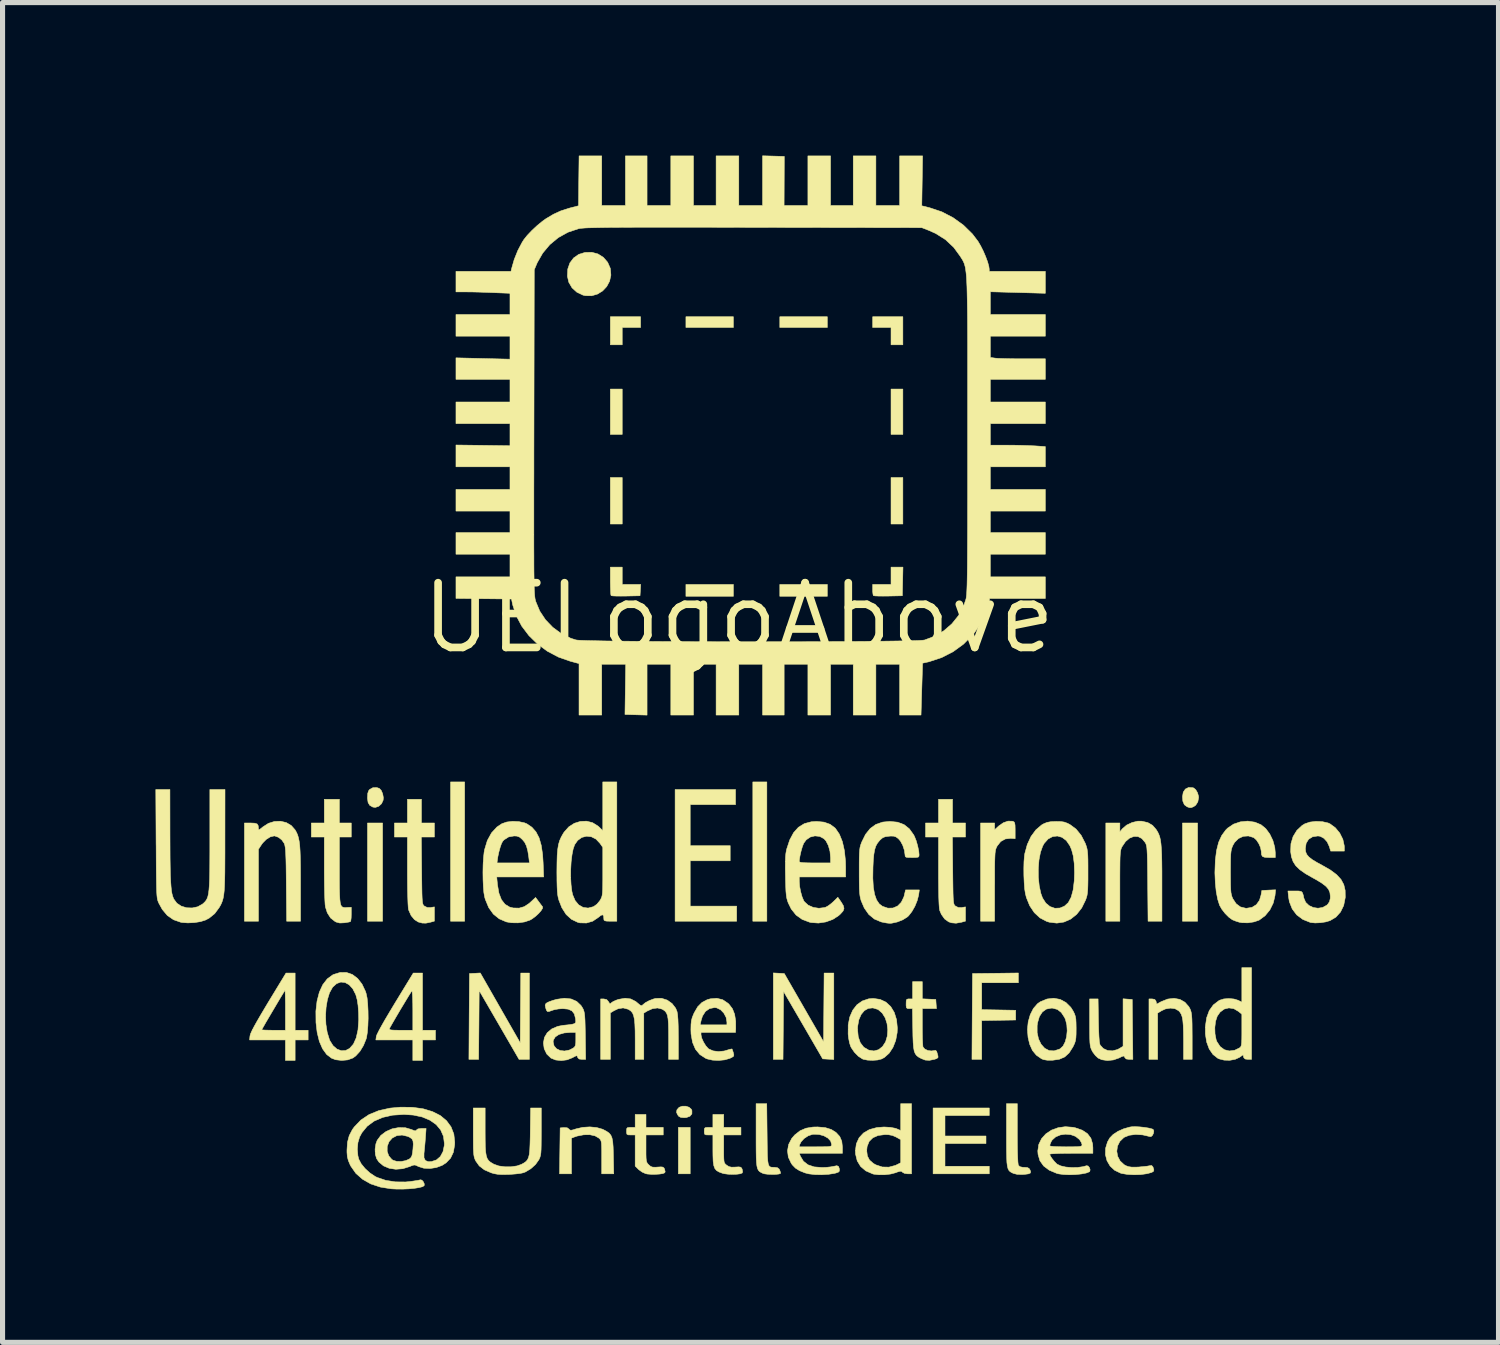
<source format=kicad_pcb>
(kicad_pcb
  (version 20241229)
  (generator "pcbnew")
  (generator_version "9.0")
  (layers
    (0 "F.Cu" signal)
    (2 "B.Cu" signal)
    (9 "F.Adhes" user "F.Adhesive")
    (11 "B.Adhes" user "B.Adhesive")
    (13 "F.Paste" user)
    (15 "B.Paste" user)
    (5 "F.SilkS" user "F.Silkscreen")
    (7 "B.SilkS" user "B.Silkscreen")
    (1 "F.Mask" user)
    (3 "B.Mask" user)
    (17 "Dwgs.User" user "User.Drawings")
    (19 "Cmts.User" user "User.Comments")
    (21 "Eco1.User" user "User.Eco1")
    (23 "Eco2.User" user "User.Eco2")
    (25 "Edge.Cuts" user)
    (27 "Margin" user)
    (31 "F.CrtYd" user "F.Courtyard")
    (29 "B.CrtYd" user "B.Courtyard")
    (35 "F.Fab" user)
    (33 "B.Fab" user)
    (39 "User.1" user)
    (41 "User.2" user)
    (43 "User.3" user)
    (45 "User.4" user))
  (footprint "UELogoAbove"
    (layer "F.Cu")
    (at 11.437 9.066)
    (property "Reference" "UELogoAbove" (at 0 0 0) (layer "F.SilkS") (effects (font (size 1.27 1.27) (thickness 0.15))))
    (attr through_hole)
    (fp_poly (pts (xy -6.985 5.948) (xy -7.281 5.948) (xy -7.281 4.022) (xy -6.985 4.022) (xy -6.985 5.948)) (stroke (width 0.01) (type solid)) (fill yes) (layer "F.SilkS"))
    (fp_poly (pts (xy -5.376 5.948) (xy -5.652 5.948) (xy -5.652 3.217) (xy -5.376 3.217) (xy -5.376 5.948)) (stroke (width 0.01) (type solid)) (fill yes) (layer "F.SilkS"))
    (fp_poly (pts (xy -2.286 -3.598) (xy -2.519 -3.598) (xy -2.519 -4.487) (xy -2.286 -4.487) (xy -2.286 -3.598)) (stroke (width 0.01) (type solid)) (fill yes) (layer "F.SilkS"))
    (fp_poly (pts (xy -2.286 -1.841) (xy -2.519 -1.841) (xy -2.519 -2.752) (xy -2.286 -2.752) (xy -2.286 -1.841)) (stroke (width 0.01) (type solid)) (fill yes) (layer "F.SilkS"))
    (fp_poly (pts (xy -0.953 10.901) (xy -1.185 10.901) (xy -1.185 9.991) (xy -0.953 9.991) (xy -0.953 10.901)) (stroke (width 0.01) (type solid)) (fill yes) (layer "F.SilkS"))
    (fp_poly (pts (xy -0.106 -5.694) (xy -1.037 -5.694) (xy -1.037 -5.905) (xy -0.106 -5.905) (xy -0.106 -5.694)) (stroke (width 0.01) (type solid)) (fill yes) (layer "F.SilkS"))
    (fp_poly (pts (xy -0.106 -0.423) (xy -1.037 -0.423) (xy -1.037 -0.656) (xy -0.106 -0.656) (xy -0.106 -0.423)) (stroke (width 0.01) (type solid)) (fill yes) (layer "F.SilkS"))
    (fp_poly (pts (xy 0.55 5.948) (xy 0.275 5.948) (xy 0.275 3.217) (xy 0.55 3.217) (xy 0.55 5.948)) (stroke (width 0.01) (type solid)) (fill yes) (layer "F.SilkS"))
    (fp_poly (pts (xy 1.736 -5.694) (xy 0.804 -5.694) (xy 0.804 -5.905) (xy 1.736 -5.905) (xy 1.736 -5.694)) (stroke (width 0.01) (type solid)) (fill yes) (layer "F.SilkS"))
    (fp_poly (pts (xy 1.736 -0.423) (xy 0.804 -0.423) (xy 0.804 -0.656) (xy 1.736 -0.656) (xy 1.736 -0.423)) (stroke (width 0.01) (type solid)) (fill yes) (layer "F.SilkS"))
    (fp_poly (pts (xy 3.217 -3.598) (xy 2.985 -3.598) (xy 2.985 -4.487) (xy 3.217 -4.487) (xy 3.217 -3.598)) (stroke (width 0.01) (type solid)) (fill yes) (layer "F.SilkS"))
    (fp_poly (pts (xy 3.217 -1.841) (xy 2.985 -1.841) (xy 2.985 -2.752) (xy 3.217 -2.752) (xy 3.217 -1.841)) (stroke (width 0.01) (type solid)) (fill yes) (layer "F.SilkS"))
    (fp_poly (pts (xy 8.996 5.948) (xy 8.7 5.948) (xy 8.7 4.022) (xy 8.996 4.022) (xy 8.996 5.948)) (stroke (width 0.01) (type solid)) (fill yes) (layer "F.SilkS"))
    (fp_poly (pts (xy -1.926 -5.694) (xy -2.286 -5.694) (xy -2.286 -5.355) (xy -2.519 -5.355) (xy -2.519 -5.905) (xy -1.926 -5.905) (xy -1.926 -5.694)) (stroke (width 0.01) (type solid)) (fill yes) (layer "F.SilkS"))
    (fp_poly (pts (xy 3.217 -5.355) (xy 2.985 -5.355) (xy 2.985 -5.694) (xy 2.625 -5.694) (xy 2.625 -5.905) (xy 3.217 -5.905) (xy 3.217 -5.355)) (stroke (width 0.01) (type solid)) (fill yes) (layer "F.SilkS"))
    (fp_poly (pts (xy -0.064 3.662) (xy -0.953 3.662) (xy -0.953 4.466) (xy -0.169 4.466) (xy -0.169 4.763) (xy -0.953 4.763) (xy -0.953 5.652) (xy -0.042 5.652) (xy -0.042 5.948) (xy -1.249 5.948) (xy -1.249 3.365) (xy -0.064 3.365) (xy -0.064 3.662)) (stroke (width 0.01) (type solid)) (fill yes) (layer "F.SilkS"))
    (fp_poly (pts (xy 4.911 9.758) (xy 4.043 9.758) (xy 4.043 10.16) (xy 4.847 10.16) (xy 4.847 10.308) (xy 4.043 10.308) (xy 4.043 10.753) (xy 4.911 10.753) (xy 4.911 10.901) (xy 3.81 10.901) (xy 3.81 9.61) (xy 4.911 9.61) (xy 4.911 9.758)) (stroke (width 0.01) (type solid)) (fill yes) (layer "F.SilkS"))
    (fp_poly (pts (xy 5.482 7.154) (xy 4.763 7.154) (xy 4.763 7.682) (xy 5.429 7.694) (xy 5.429 7.885) (xy 4.763 7.896) (xy 4.763 8.657) (xy 4.572 8.657) (xy 4.577 7.816) (xy 4.583 6.974) (xy 5.032 6.969) (xy 5.482 6.963) (xy 5.482 7.154)) (stroke (width 0.01) (type solid)) (fill yes) (layer "F.SilkS"))
    (fp_poly (pts (xy 0.785 6.968) (xy 0.892 6.974) (xy 1.277 7.643) (xy 1.662 8.312) (xy 1.673 6.964) (xy 1.863 6.964) (xy 1.863 8.659) (xy 1.754 8.653) (xy 1.645 8.647) (xy 1.262 7.986) (xy 0.878 7.326) (xy 0.867 8.657) (xy 0.677 8.657) (xy 0.677 6.962) (xy 0.785 6.968)) (stroke (width 0.01) (type solid)) (fill yes) (layer "F.SilkS"))
    (fp_poly (pts (xy 3.213 -0.714) (xy 3.207 -0.434) (xy 2.93 -0.428) (xy 2.826 -0.427) (xy 2.738 -0.428) (xy 2.673 -0.431) (xy 2.641 -0.436) (xy 2.639 -0.437) (xy 2.631 -0.465) (xy 2.625 -0.52) (xy 2.625 -0.554) (xy 2.625 -0.656) (xy 2.985 -0.656) (xy 2.985 -0.995) (xy 3.219 -0.995) (xy 3.213 -0.714)) (stroke (width 0.01) (type solid)) (fill yes) (layer "F.SilkS"))
    (fp_poly (pts (xy -4.678 7.648) (xy -4.286 8.333) (xy -4.281 7.648) (xy -4.275 6.964) (xy -4.106 6.964) (xy -4.106 8.657) (xy -4.309 8.657) (xy -4.7 7.982) (xy -5.091 7.308) (xy -5.096 7.982) (xy -5.102 8.657) (xy -5.292 8.657) (xy -5.287 7.816) (xy -5.281 6.974) (xy -5.175 6.969) (xy -5.069 6.963) (xy -4.678 7.648)) (stroke (width 0.01) (type solid)) (fill yes) (layer "F.SilkS"))
    (fp_poly (pts (xy -0.975 9.596) (xy -0.93 9.636) (xy -0.919 9.663) (xy -0.92 9.726) (xy -0.958 9.772) (xy -1.027 9.797) (xy -1.072 9.8) (xy -1.136 9.795) (xy -1.176 9.775) (xy -1.198 9.746) (xy -1.221 9.697) (xy -1.214 9.65) (xy -1.21 9.642) (xy -1.17 9.597) (xy -1.108 9.575) (xy -1.039 9.575) (xy -0.975 9.596)) (stroke (width 0.01) (type solid)) (fill yes) (layer "F.SilkS"))
    (fp_poly (pts (xy -2.286 -0.656) (xy -1.924 -0.656) (xy -1.93 -0.545) (xy -1.937 -0.434) (xy -2.213 -0.428) (xy -2.317 -0.427) (xy -2.406 -0.428) (xy -2.47 -0.431) (xy -2.502 -0.436) (xy -2.504 -0.437) (xy -2.51 -0.462) (xy -2.514 -0.522) (xy -2.517 -0.607) (xy -2.519 -0.708) (xy -2.519 -0.723) (xy -2.519 -0.995) (xy -2.286 -0.995) (xy -2.286 -0.656)) (stroke (width 0.01) (type solid)) (fill yes) (layer "F.SilkS"))
    (fp_poly (pts (xy -7.049 3.344) (xy -7.011 3.384) (xy -6.983 3.45) (xy -6.97 3.524) (xy -6.974 3.575) (xy -7.006 3.644) (xy -7.061 3.694) (xy -7.126 3.716) (xy -7.176 3.71) (xy -7.236 3.676) (xy -7.269 3.622) (xy -7.281 3.539) (xy -7.281 3.521) (xy -7.276 3.441) (xy -7.258 3.389) (xy -7.239 3.365) (xy -7.176 3.33) (xy -7.1 3.327) (xy -7.049 3.344)) (stroke (width 0.01) (type solid)) (fill yes) (layer "F.SilkS"))
    (fp_poly (pts (xy 8.901 3.33) (xy 8.921 3.336) (xy 8.96 3.369) (xy 8.994 3.427) (xy 9.014 3.494) (xy 9.017 3.522) (xy 9.001 3.607) (xy 8.959 3.673) (xy 8.918 3.702) (xy 8.872 3.72) (xy 8.837 3.72) (xy 8.791 3.704) (xy 8.737 3.664) (xy 8.707 3.594) (xy 8.7 3.508) (xy 8.715 3.418) (xy 8.757 3.356) (xy 8.821 3.325) (xy 8.901 3.33)) (stroke (width 0.01) (type solid)) (fill yes) (layer "F.SilkS"))
    (fp_poly (pts (xy -2.761 -7.136) (xy -2.655 -7.069) (xy -2.572 -6.973) (xy -2.521 -6.857) (xy -2.518 -6.846) (xy -2.508 -6.72) (xy -2.534 -6.602) (xy -2.59 -6.497) (xy -2.671 -6.411) (xy -2.772 -6.349) (xy -2.886 -6.316) (xy -3.007 -6.318) (xy -3.055 -6.329) (xy -3.175 -6.386) (xy -3.27 -6.472) (xy -3.334 -6.582) (xy -3.361 -6.701) (xy -3.354 -6.84) (xy -3.312 -6.961) (xy -3.239 -7.058) (xy -3.139 -7.128) (xy -3.016 -7.166) (xy -2.883 -7.169) (xy -2.761 -7.136)) (stroke (width 0.01) (type solid)) (fill yes) (layer "F.SilkS"))
    (fp_poly (pts (xy 5.364 3.987) (xy 5.374 3.989) (xy 5.397 4.001) (xy 5.41 4.023) (xy 5.417 4.066) (xy 5.419 4.14) (xy 5.419 4.166) (xy 5.419 4.329) (xy 5.329 4.323) (xy 5.225 4.335) (xy 5.136 4.385) (xy 5.067 4.472) (xy 5.06 4.486) (xy 5.048 4.511) (xy 5.038 4.538) (xy 5.031 4.573) (xy 5.025 4.619) (xy 5.022 4.682) (xy 5.019 4.767) (xy 5.017 4.878) (xy 5.017 5.02) (xy 5.017 5.199) (xy 5.016 5.259) (xy 5.016 5.948) (xy 4.741 5.948) (xy 4.741 4.022) (xy 5.016 4.022) (xy 5.016 4.154) (xy 5.1 4.078) (xy 5.188 4.017) (xy 5.28 3.985) (xy 5.364 3.987)) (stroke (width 0.01) (type solid)) (fill yes) (layer "F.SilkS"))
    (fp_poly (pts (xy 5.461 10.108) (xy 5.462 10.293) (xy 5.464 10.45) (xy 5.468 10.576) (xy 5.473 10.668) (xy 5.479 10.721) (xy 5.483 10.733) (xy 5.511 10.761) (xy 5.563 10.773) (xy 5.596 10.774) (xy 5.657 10.778) (xy 5.691 10.795) (xy 5.711 10.826) (xy 5.723 10.863) (xy 5.715 10.887) (xy 5.679 10.902) (xy 5.61 10.911) (xy 5.571 10.914) (xy 5.464 10.913) (xy 5.384 10.893) (xy 5.347 10.875) (xy 5.318 10.857) (xy 5.295 10.832) (xy 5.278 10.797) (xy 5.266 10.747) (xy 5.257 10.677) (xy 5.253 10.583) (xy 5.25 10.46) (xy 5.249 10.303) (xy 5.249 10.145) (xy 5.249 9.525) (xy 5.461 9.525) (xy 5.461 10.108)) (stroke (width 0.01) (type solid)) (fill yes) (layer "F.SilkS"))
    (fp_poly (pts (xy 0.555 10.129) (xy 0.557 10.311) (xy 0.559 10.455) (xy 0.562 10.565) (xy 0.568 10.647) (xy 0.577 10.704) (xy 0.59 10.74) (xy 0.608 10.761) (xy 0.633 10.771) (xy 0.665 10.773) (xy 0.7 10.774) (xy 0.757 10.781) (xy 0.79 10.807) (xy 0.802 10.829) (xy 0.817 10.872) (xy 0.819 10.893) (xy 0.786 10.905) (xy 0.725 10.912) (xy 0.649 10.913) (xy 0.571 10.91) (xy 0.506 10.902) (xy 0.474 10.893) (xy 0.437 10.875) (xy 0.407 10.857) (xy 0.384 10.832) (xy 0.367 10.797) (xy 0.355 10.747) (xy 0.347 10.677) (xy 0.342 10.583) (xy 0.34 10.46) (xy 0.339 10.303) (xy 0.339 10.145) (xy 0.339 9.525) (xy 0.548 9.525) (xy 0.555 10.129)) (stroke (width 0.01) (type solid)) (fill yes) (layer "F.SilkS"))
    (fp_poly (pts (xy 8.649 7.481) (xy 8.748 7.537) (xy 8.825 7.625) (xy 8.85 7.671) (xy 8.863 7.705) (xy 8.873 7.745) (xy 8.88 7.796) (xy 8.885 7.866) (xy 8.888 7.96) (xy 8.889 8.086) (xy 8.89 8.207) (xy 8.89 8.657) (xy 8.721 8.657) (xy 8.721 8.281) (xy 8.719 8.119) (xy 8.715 7.993) (xy 8.707 7.897) (xy 8.694 7.825) (xy 8.675 7.771) (xy 8.649 7.73) (xy 8.624 7.703) (xy 8.553 7.663) (xy 8.463 7.652) (xy 8.366 7.668) (xy 8.29 7.703) (xy 8.213 7.75) (xy 8.213 8.657) (xy 8.043 8.657) (xy 8.043 7.472) (xy 8.106 7.472) (xy 8.156 7.481) (xy 8.18 7.513) (xy 8.182 7.522) (xy 8.195 7.573) (xy 8.283 7.525) (xy 8.411 7.474) (xy 8.535 7.46) (xy 8.649 7.481)) (stroke (width 0.01) (type solid)) (fill yes) (layer "F.SilkS"))
    (fp_poly (pts (xy 4.191 4.022) (xy 4.445 4.022) (xy 4.445 4.297) (xy 4.189 4.297) (xy 4.195 4.955) (xy 4.197 5.139) (xy 4.199 5.285) (xy 4.201 5.399) (xy 4.204 5.484) (xy 4.208 5.545) (xy 4.213 5.587) (xy 4.22 5.614) (xy 4.229 5.632) (xy 4.241 5.645) (xy 4.25 5.652) (xy 4.307 5.68) (xy 4.372 5.679) (xy 4.445 5.667) (xy 4.445 5.946) (xy 4.366 5.968) (xy 4.26 5.987) (xy 4.171 5.979) (xy 4.115 5.96) (xy 4.037 5.904) (xy 3.973 5.815) (xy 3.94 5.738) (xy 3.932 5.692) (xy 3.926 5.607) (xy 3.921 5.481) (xy 3.918 5.314) (xy 3.916 5.105) (xy 3.916 4.982) (xy 3.916 4.297) (xy 3.662 4.297) (xy 3.662 4.022) (xy 3.916 4.022) (xy 3.916 3.556) (xy 4.191 3.556) (xy 4.191 4.022)) (stroke (width 0.01) (type solid)) (fill yes) (layer "F.SilkS"))
    (fp_poly (pts (xy -6.223 4.022) (xy -5.969 4.022) (xy -5.969 4.297) (xy -6.225 4.297) (xy -6.219 4.955) (xy -6.217 5.139) (xy -6.215 5.285) (xy -6.213 5.399) (xy -6.21 5.484) (xy -6.206 5.545) (xy -6.201 5.587) (xy -6.194 5.614) (xy -6.185 5.632) (xy -6.173 5.645) (xy -6.164 5.652) (xy -6.107 5.68) (xy -6.042 5.679) (xy -5.969 5.667) (xy -5.969 5.946) (xy -6.048 5.968) (xy -6.135 5.986) (xy -6.208 5.984) (xy -6.286 5.963) (xy -6.36 5.916) (xy -6.425 5.838) (xy -6.471 5.735) (xy -6.477 5.717) (xy -6.482 5.676) (xy -6.487 5.598) (xy -6.491 5.487) (xy -6.495 5.35) (xy -6.497 5.191) (xy -6.498 5.016) (xy -6.498 4.969) (xy -6.498 4.297) (xy -6.752 4.297) (xy -6.752 4.022) (xy -6.498 4.022) (xy -6.498 3.556) (xy -6.223 3.556) (xy -6.223 4.022)) (stroke (width 0.01) (type solid)) (fill yes) (layer "F.SilkS"))
    (fp_poly (pts (xy -2.786 9.994) (xy -2.671 10.027) (xy -2.655 10.035) (xy -2.591 10.069) (xy -2.543 10.103) (xy -2.509 10.144) (xy -2.486 10.199) (xy -2.472 10.274) (xy -2.464 10.376) (xy -2.46 10.511) (xy -2.459 10.553) (xy -2.452 10.901) (xy -2.688 10.901) (xy -2.688 10.576) (xy -2.688 10.453) (xy -2.69 10.364) (xy -2.693 10.303) (xy -2.7 10.263) (xy -2.711 10.236) (xy -2.727 10.216) (xy -2.74 10.203) (xy -2.818 10.157) (xy -2.922 10.134) (xy -3.042 10.136) (xy -3.17 10.161) (xy -3.223 10.179) (xy -3.281 10.201) (xy -3.281 10.901) (xy -3.515 10.901) (xy -3.509 10.451) (xy -3.503 10.001) (xy -3.43 9.994) (xy -3.364 9.999) (xy -3.331 10.023) (xy -3.313 10.042) (xy -3.289 10.047) (xy -3.247 10.038) (xy -3.192 10.02) (xy -3.061 9.99) (xy -2.921 9.981) (xy -2.786 9.994)) (stroke (width 0.01) (type solid)) (fill yes) (layer "F.SilkS"))
    (fp_poly (pts (xy 7.625 7.476) (xy 7.715 7.482) (xy 7.727 8.657) (xy 7.654 8.657) (xy 7.596 8.649) (xy 7.569 8.621) (xy 7.568 8.618) (xy 7.558 8.596) (xy 7.54 8.592) (xy 7.504 8.605) (xy 7.457 8.629) (xy 7.345 8.668) (xy 7.228 8.68) (xy 7.119 8.664) (xy 7.046 8.631) (xy 6.992 8.581) (xy 6.942 8.515) (xy 6.927 8.488) (xy 6.911 8.455) (xy 6.899 8.422) (xy 6.891 8.382) (xy 6.885 8.329) (xy 6.882 8.256) (xy 6.88 8.158) (xy 6.879 8.027) (xy 6.879 7.933) (xy 6.879 7.472) (xy 7.045 7.472) (xy 7.052 7.9) (xy 7.056 8.072) (xy 7.062 8.204) (xy 7.069 8.298) (xy 7.079 8.357) (xy 7.086 8.377) (xy 7.147 8.444) (xy 7.23 8.482) (xy 7.326 8.49) (xy 7.423 8.465) (xy 7.462 8.445) (xy 7.535 8.4) (xy 7.535 7.469) (xy 7.625 7.476)) (stroke (width 0.01) (type solid)) (fill yes) (layer "F.SilkS"))
    (fp_poly (pts (xy -7.832 4.022) (xy -7.599 4.022) (xy -7.599 4.297) (xy -7.832 4.297) (xy -7.832 4.949) (xy -7.832 5.145) (xy -7.831 5.302) (xy -7.828 5.425) (xy -7.823 5.519) (xy -7.815 5.586) (xy -7.803 5.632) (xy -7.786 5.66) (xy -7.763 5.674) (xy -7.734 5.679) (xy -7.697 5.679) (xy -7.686 5.678) (xy -7.599 5.675) (xy -7.599 5.81) (xy -7.601 5.882) (xy -7.608 5.934) (xy -7.616 5.956) (xy -7.645 5.964) (xy -7.702 5.974) (xy -7.738 5.979) (xy -7.824 5.983) (xy -7.893 5.965) (xy -7.916 5.954) (xy -8.004 5.885) (xy -8.069 5.783) (xy -8.105 5.671) (xy -8.112 5.619) (xy -8.117 5.53) (xy -8.122 5.408) (xy -8.125 5.261) (xy -8.127 5.092) (xy -8.128 4.931) (xy -8.128 4.297) (xy -8.382 4.297) (xy -8.382 4.022) (xy -8.128 4.022) (xy -8.128 3.556) (xy -7.832 3.556) (xy -7.832 4.022)) (stroke (width 0.01) (type solid)) (fill yes) (layer "F.SilkS"))
    (fp_poly (pts (xy -1.82 9.991) (xy -1.482 9.991) (xy -1.482 10.139) (xy -1.82 10.139) (xy -1.82 10.404) (xy -1.82 10.515) (xy -1.818 10.592) (xy -1.813 10.643) (xy -1.803 10.677) (xy -1.787 10.702) (xy -1.766 10.724) (xy -1.729 10.756) (xy -1.69 10.77) (xy -1.634 10.772) (xy -1.595 10.769) (xy -1.526 10.765) (xy -1.488 10.77) (xy -1.466 10.788) (xy -1.455 10.81) (xy -1.444 10.861) (xy -1.453 10.881) (xy -1.489 10.896) (xy -1.554 10.906) (xy -1.635 10.911) (xy -1.719 10.911) (xy -1.793 10.905) (xy -1.826 10.898) (xy -1.895 10.867) (xy -1.961 10.82) (xy -1.969 10.812) (xy -2.032 10.749) (xy -2.032 10.139) (xy -2.117 10.139) (xy -2.171 10.137) (xy -2.195 10.123) (xy -2.201 10.087) (xy -2.201 10.065) (xy -2.199 10.017) (xy -2.183 9.996) (xy -2.142 9.991) (xy -2.117 9.991) (xy -2.032 9.991) (xy -2.032 9.737) (xy -1.82 9.737) (xy -1.82 9.991)) (stroke (width 0.01) (type solid)) (fill yes) (layer "F.SilkS"))
    (fp_poly (pts (xy -8.7 8.086) (xy -8.445 8.086) (xy -8.445 8.276) (xy -8.7 8.276) (xy -8.7 8.678) (xy -8.89 8.678) (xy -8.89 8.276) (xy -9.593 8.276) (xy -9.585 8.197) (xy -9.575 8.159) (xy -9.549 8.1) (xy -9.537 8.077) (xy -9.356 8.077) (xy -9.336 8.08) (xy -9.282 8.083) (xy -9.204 8.085) (xy -9.123 8.086) (xy -8.89 8.086) (xy -8.89 7.691) (xy -8.89 7.567) (xy -8.892 7.461) (xy -8.894 7.377) (xy -8.896 7.323) (xy -8.899 7.304) (xy -8.899 7.304) (xy -8.913 7.325) (xy -8.943 7.375) (xy -8.988 7.449) (xy -9.041 7.538) (xy -9.1 7.638) (xy -9.161 7.741) (xy -9.22 7.841) (xy -9.273 7.931) (xy -9.315 8.005) (xy -9.344 8.055) (xy -9.356 8.077) (xy -9.356 8.077) (xy -9.537 8.077) (xy -9.506 8.016) (xy -9.444 7.905) (xy -9.362 7.764) (xy -9.259 7.591) (xy -9.229 7.541) (xy -8.879 6.965) (xy -8.789 6.965) (xy -8.7 6.964) (xy -8.7 8.086)) (stroke (width 0.01) (type solid)) (fill yes) (layer "F.SilkS"))
    (fp_poly (pts (xy -6.202 8.086) (xy -5.948 8.086) (xy -5.948 8.276) (xy -6.202 8.276) (xy -6.202 8.678) (xy -6.392 8.678) (xy -6.392 8.276) (xy -7.117 8.276) (xy -7.108 8.207) (xy -7.095 8.17) (xy -7.06 8.1) (xy -7.042 8.066) (xy -6.851 8.066) (xy -6.837 8.076) (xy -6.802 8.082) (xy -6.739 8.085) (xy -6.64 8.086) (xy -6.627 8.086) (xy -6.392 8.086) (xy -6.392 7.69) (xy -6.393 7.565) (xy -6.396 7.46) (xy -6.4 7.379) (xy -6.405 7.328) (xy -6.41 7.314) (xy -6.41 7.314) (xy -6.428 7.34) (xy -6.463 7.395) (xy -6.51 7.472) (xy -6.566 7.565) (xy -6.627 7.666) (xy -6.687 7.768) (xy -6.744 7.865) (xy -6.792 7.948) (xy -6.828 8.011) (xy -6.848 8.047) (xy -6.849 8.051) (xy -6.851 8.066) (xy -7.042 8.066) (xy -7.007 8.002) (xy -6.937 7.879) (xy -6.851 7.734) (xy -6.753 7.571) (xy -6.741 7.551) (xy -6.383 6.964) (xy -6.202 6.964) (xy -6.202 8.086)) (stroke (width 0.01) (type solid)) (fill yes) (layer "F.SilkS"))
    (fp_poly (pts (xy -0.296 9.991) (xy 0.042 9.991) (xy 0.042 10.139) (xy -0.296 10.139) (xy -0.296 10.412) (xy -0.296 10.524) (xy -0.294 10.602) (xy -0.29 10.653) (xy -0.281 10.686) (xy -0.266 10.708) (xy -0.244 10.727) (xy -0.238 10.732) (xy -0.193 10.76) (xy -0.142 10.771) (xy -0.068 10.769) (xy -0.067 10.769) (xy -0.001 10.765) (xy 0.036 10.771) (xy 0.056 10.789) (xy 0.066 10.812) (xy 0.075 10.858) (xy 0.068 10.884) (xy 0.03 10.9) (xy -0.037 10.909) (xy -0.12 10.912) (xy -0.208 10.909) (xy -0.286 10.899) (xy -0.321 10.89) (xy -0.388 10.865) (xy -0.437 10.836) (xy -0.47 10.796) (xy -0.491 10.738) (xy -0.503 10.655) (xy -0.507 10.542) (xy -0.508 10.443) (xy -0.508 10.139) (xy -0.593 10.139) (xy -0.647 10.137) (xy -0.671 10.123) (xy -0.677 10.087) (xy -0.677 10.065) (xy -0.675 10.017) (xy -0.659 9.996) (xy -0.618 9.991) (xy -0.593 9.991) (xy -0.508 9.991) (xy -0.508 9.737) (xy -0.296 9.737) (xy -0.296 9.991)) (stroke (width 0.01) (type solid)) (fill yes) (layer "F.SilkS"))
    (fp_poly (pts (xy 3.598 7.47) (xy 3.731 7.476) (xy 3.863 7.482) (xy 3.869 7.572) (xy 3.876 7.662) (xy 3.598 7.662) (xy 3.598 8.02) (xy 3.599 8.142) (xy 3.601 8.249) (xy 3.605 8.336) (xy 3.609 8.395) (xy 3.612 8.414) (xy 3.647 8.455) (xy 3.707 8.483) (xy 3.776 8.492) (xy 3.813 8.487) (xy 3.857 8.48) (xy 3.878 8.497) (xy 3.883 8.511) (xy 3.899 8.568) (xy 3.906 8.592) (xy 3.906 8.622) (xy 3.879 8.642) (xy 3.837 8.656) (xy 3.738 8.676) (xy 3.656 8.671) (xy 3.579 8.641) (xy 3.527 8.613) (xy 3.488 8.583) (xy 3.46 8.546) (xy 3.44 8.495) (xy 3.427 8.424) (xy 3.419 8.328) (xy 3.414 8.2) (xy 3.412 8.074) (xy 3.405 7.662) (xy 3.343 7.662) (xy 3.305 7.659) (xy 3.287 7.643) (xy 3.281 7.602) (xy 3.281 7.567) (xy 3.283 7.509) (xy 3.293 7.481) (xy 3.32 7.472) (xy 3.344 7.472) (xy 3.408 7.472) (xy 3.408 7.133) (xy 3.598 7.133) (xy 3.598 7.47)) (stroke (width 0.01) (type solid)) (fill yes) (layer "F.SilkS"))
    (fp_poly (pts (xy -8.873 4.014) (xy -8.775 4.072) (xy -8.701 4.156) (xy -8.674 4.204) (xy -8.652 4.253) (xy -8.635 4.31) (xy -8.621 4.378) (xy -8.61 4.462) (xy -8.603 4.566) (xy -8.598 4.696) (xy -8.595 4.856) (xy -8.594 5.05) (xy -8.594 5.211) (xy -8.594 5.948) (xy -8.866 5.948) (xy -8.873 5.223) (xy -8.875 5.023) (xy -8.877 4.862) (xy -8.88 4.733) (xy -8.884 4.634) (xy -8.888 4.558) (xy -8.894 4.503) (xy -8.901 4.462) (xy -8.91 4.432) (xy -8.915 4.42) (xy -8.962 4.353) (xy -9.029 4.301) (xy -9.1 4.276) (xy -9.113 4.276) (xy -9.187 4.294) (xy -9.265 4.342) (xy -9.335 4.413) (xy -9.355 4.44) (xy -9.419 4.537) (xy -9.419 5.948) (xy -9.694 5.948) (xy -9.694 4.022) (xy -9.57 4.022) (xy -9.491 4.026) (xy -9.445 4.041) (xy -9.424 4.075) (xy -9.419 4.131) (xy -9.415 4.152) (xy -9.399 4.151) (xy -9.364 4.125) (xy -9.334 4.1) (xy -9.224 4.029) (xy -9.106 3.992) (xy -8.986 3.987) (xy -8.873 4.014)) (stroke (width 0.01) (type solid)) (fill yes) (layer "F.SilkS"))
    (fp_poly (pts (xy 3.387 10.901) (xy 3.31 10.901) (xy 3.249 10.892) (xy 3.21 10.871) (xy 3.209 10.869) (xy 3.191 10.852) (xy 3.163 10.851) (xy 3.115 10.864) (xy 3.074 10.88) (xy 2.978 10.905) (xy 2.863 10.919) (xy 2.746 10.92) (xy 2.646 10.908) (xy 2.625 10.902) (xy 2.49 10.843) (xy 2.389 10.757) (xy 2.322 10.647) (xy 2.289 10.513) (xy 2.286 10.452) (xy 2.287 10.446) (xy 2.508 10.446) (xy 2.521 10.551) (xy 2.563 10.632) (xy 2.639 10.698) (xy 2.689 10.726) (xy 2.813 10.767) (xy 2.944 10.77) (xy 3.071 10.736) (xy 3.084 10.73) (xy 3.175 10.685) (xy 3.175 10.231) (xy 3.086 10.181) (xy 3.013 10.149) (xy 2.934 10.134) (xy 2.865 10.132) (xy 2.732 10.149) (xy 2.629 10.194) (xy 2.556 10.266) (xy 2.516 10.365) (xy 2.508 10.446) (xy 2.287 10.446) (xy 2.305 10.312) (xy 2.359 10.194) (xy 2.445 10.101) (xy 2.562 10.033) (xy 2.707 9.994) (xy 2.847 9.983) (xy 2.971 9.99) (xy 3.067 10.008) (xy 3.096 10.018) (xy 3.175 10.052) (xy 3.175 9.525) (xy 3.387 9.525) (xy 3.387 10.901)) (stroke (width 0.01) (type solid)) (fill yes) (layer "F.SilkS"))
    (fp_poly (pts (xy 8.02 4.014) (xy 8.113 4.068) (xy 8.182 4.147) (xy 8.211 4.193) (xy 8.234 4.239) (xy 8.253 4.29) (xy 8.267 4.351) (xy 8.278 4.427) (xy 8.286 4.521) (xy 8.292 4.639) (xy 8.295 4.785) (xy 8.297 4.963) (xy 8.297 5.179) (xy 8.297 5.202) (xy 8.297 5.948) (xy 8.025 5.948) (xy 8.018 5.212) (xy 8.016 5.016) (xy 8.014 4.857) (xy 8.012 4.731) (xy 8.009 4.634) (xy 8.005 4.561) (xy 8.001 4.507) (xy 7.994 4.468) (xy 7.986 4.439) (xy 7.976 4.417) (xy 7.968 4.403) (xy 7.904 4.327) (xy 7.828 4.288) (xy 7.746 4.286) (xy 7.663 4.318) (xy 7.584 4.385) (xy 7.516 4.485) (xy 7.512 4.492) (xy 7.501 4.516) (xy 7.492 4.544) (xy 7.485 4.581) (xy 7.48 4.631) (xy 7.476 4.699) (xy 7.474 4.79) (xy 7.473 4.909) (xy 7.472 5.06) (xy 7.472 5.249) (xy 7.472 5.948) (xy 7.197 5.948) (xy 7.197 4.022) (xy 7.472 4.022) (xy 7.472 4.194) (xy 7.524 4.132) (xy 7.605 4.063) (xy 7.711 4.013) (xy 7.823 3.986) (xy 7.898 3.986) (xy 8.02 4.014)) (stroke (width 0.01) (type solid)) (fill yes) (layer "F.SilkS"))
    (fp_poly (pts (xy 7.862 9.981) (xy 7.957 9.991) (xy 8.042 10.005) (xy 8.106 10.022) (xy 8.124 10.03) (xy 8.138 10.06) (xy 8.132 10.104) (xy 8.112 10.146) (xy 8.084 10.171) (xy 8.067 10.172) (xy 7.921 10.138) (xy 7.781 10.129) (xy 7.657 10.145) (xy 7.557 10.185) (xy 7.55 10.19) (xy 7.472 10.265) (xy 7.426 10.357) (xy 7.412 10.458) (xy 7.429 10.558) (xy 7.477 10.649) (xy 7.554 10.721) (xy 7.591 10.742) (xy 7.644 10.761) (xy 7.704 10.77) (xy 7.787 10.77) (xy 7.84 10.768) (xy 7.927 10.76) (xy 8.003 10.752) (xy 8.053 10.743) (xy 8.059 10.742) (xy 8.096 10.738) (xy 8.12 10.765) (xy 8.128 10.786) (xy 8.139 10.826) (xy 8.13 10.854) (xy 8.095 10.874) (xy 8.026 10.893) (xy 7.995 10.9) (xy 7.881 10.916) (xy 7.751 10.92) (xy 7.622 10.913) (xy 7.511 10.895) (xy 7.487 10.888) (xy 7.37 10.832) (xy 7.281 10.749) (xy 7.22 10.645) (xy 7.189 10.526) (xy 7.192 10.401) (xy 7.23 10.276) (xy 7.275 10.197) (xy 7.34 10.13) (xy 7.435 10.068) (xy 7.548 10.018) (xy 7.665 9.985) (xy 7.699 9.979) (xy 7.772 9.976) (xy 7.862 9.981)) (stroke (width 0.01) (type solid)) (fill yes) (layer "F.SilkS"))
    (fp_poly (pts (xy 2.77 7.481) (xy 2.885 7.535) (xy 2.979 7.622) (xy 3.049 7.738) (xy 3.093 7.879) (xy 3.109 8.043) (xy 3.105 8.133) (xy 3.077 8.285) (xy 3.023 8.422) (xy 2.948 8.536) (xy 2.854 8.62) (xy 2.8 8.649) (xy 2.723 8.669) (xy 2.625 8.676) (xy 2.525 8.672) (xy 2.441 8.655) (xy 2.424 8.648) (xy 2.343 8.595) (xy 2.266 8.516) (xy 2.204 8.425) (xy 2.19 8.394) (xy 2.17 8.329) (xy 2.153 8.241) (xy 2.144 8.161) (xy 2.145 8.065) (xy 2.328 8.065) (xy 2.342 8.213) (xy 2.383 8.332) (xy 2.451 8.419) (xy 2.545 8.474) (xy 2.549 8.476) (xy 2.65 8.492) (xy 2.741 8.467) (xy 2.819 8.405) (xy 2.879 8.312) (xy 2.912 8.2) (xy 2.921 8.079) (xy 2.907 7.957) (xy 2.871 7.844) (xy 2.813 7.75) (xy 2.736 7.683) (xy 2.725 7.677) (xy 2.629 7.648) (xy 2.54 7.657) (xy 2.462 7.701) (xy 2.399 7.777) (xy 2.354 7.88) (xy 2.331 8.007) (xy 2.328 8.065) (xy 2.145 8.065) (xy 2.145 7.983) (xy 2.176 7.826) (xy 2.234 7.693) (xy 2.316 7.587) (xy 2.421 7.512) (xy 2.546 7.47) (xy 2.635 7.462) (xy 2.77 7.481)) (stroke (width 0.01) (type solid)) (fill yes) (layer "F.SilkS"))
    (fp_poly (pts (xy 10.054 8.657) (xy 9.983 8.657) (xy 9.929 8.65) (xy 9.903 8.625) (xy 9.899 8.612) (xy 9.888 8.568) (xy 9.818 8.617) (xy 9.733 8.656) (xy 9.628 8.675) (xy 9.517 8.672) (xy 9.418 8.647) (xy 9.392 8.635) (xy 9.297 8.56) (xy 9.224 8.453) (xy 9.174 8.317) (xy 9.149 8.158) (xy 9.149 8.032) (xy 9.334 8.032) (xy 9.338 8.158) (xy 9.36 8.271) (xy 9.375 8.31) (xy 9.438 8.406) (xy 9.522 8.468) (xy 9.619 8.492) (xy 9.724 8.478) (xy 9.813 8.435) (xy 9.833 8.421) (xy 9.846 8.403) (xy 9.855 8.375) (xy 9.86 8.329) (xy 9.863 8.259) (xy 9.864 8.157) (xy 9.864 8.087) (xy 9.864 7.772) (xy 9.8 7.718) (xy 9.707 7.663) (xy 9.61 7.648) (xy 9.518 7.671) (xy 9.438 7.73) (xy 9.382 7.81) (xy 9.349 7.91) (xy 9.334 8.032) (xy 9.149 8.032) (xy 9.149 8.012) (xy 9.174 7.841) (xy 9.225 7.701) (xy 9.304 7.59) (xy 9.412 7.507) (xy 9.429 7.497) (xy 9.509 7.472) (xy 9.608 7.464) (xy 9.708 7.473) (xy 9.79 7.498) (xy 9.795 7.5) (xy 9.864 7.536) (xy 9.864 6.858) (xy 10.054 6.858) (xy 10.054 8.657)) (stroke (width 0.01) (type solid)) (fill yes) (layer "F.SilkS"))
    (fp_poly (pts (xy -4.974 10.07) (xy -4.973 10.238) (xy -4.971 10.37) (xy -4.964 10.47) (xy -4.952 10.545) (xy -4.934 10.6) (xy -4.907 10.641) (xy -4.87 10.673) (xy -4.822 10.702) (xy -4.8 10.714) (xy -4.706 10.747) (xy -4.588 10.763) (xy -4.464 10.763) (xy -4.348 10.746) (xy -4.263 10.716) (xy -4.212 10.688) (xy -4.173 10.66) (xy -4.144 10.626) (xy -4.123 10.581) (xy -4.108 10.519) (xy -4.099 10.434) (xy -4.094 10.322) (xy -4.09 10.175) (xy -4.089 10.081) (xy -4.082 9.61) (xy -3.873 9.61) (xy -3.873 10.071) (xy -3.874 10.223) (xy -3.875 10.34) (xy -3.877 10.427) (xy -3.881 10.49) (xy -3.888 10.537) (xy -3.898 10.574) (xy -3.911 10.606) (xy -3.921 10.626) (xy -3.987 10.719) (xy -4.08 10.802) (xy -4.185 10.865) (xy -4.229 10.881) (xy -4.284 10.893) (xy -4.369 10.903) (xy -4.467 10.911) (xy -4.519 10.914) (xy -4.635 10.916) (xy -4.723 10.911) (xy -4.798 10.898) (xy -4.853 10.882) (xy -4.989 10.823) (xy -5.089 10.746) (xy -5.159 10.648) (xy -5.162 10.641) (xy -5.177 10.608) (xy -5.188 10.573) (xy -5.196 10.53) (xy -5.201 10.473) (xy -5.205 10.396) (xy -5.206 10.291) (xy -5.207 10.153) (xy -5.207 10.079) (xy -5.207 9.61) (xy -4.974 9.61) (xy -4.974 10.07)) (stroke (width 0.01) (type solid)) (fill yes) (layer "F.SilkS"))
    (fp_poly (pts (xy 6.301 7.481) (xy 6.415 7.542) (xy 6.511 7.638) (xy 6.557 7.711) (xy 6.583 7.764) (xy 6.599 7.812) (xy 6.609 7.866) (xy 6.613 7.938) (xy 6.615 8.04) (xy 6.615 8.055) (xy 6.614 8.161) (xy 6.61 8.236) (xy 6.601 8.293) (xy 6.585 8.343) (xy 6.559 8.398) (xy 6.551 8.414) (xy 6.477 8.53) (xy 6.391 8.609) (xy 6.285 8.655) (xy 6.153 8.674) (xy 6.05 8.674) (xy 5.977 8.662) (xy 5.937 8.646) (xy 5.834 8.574) (xy 5.758 8.482) (xy 5.704 8.361) (xy 5.672 8.227) (xy 5.66 8.073) (xy 5.667 7.997) (xy 5.85 7.997) (xy 5.85 8.132) (xy 5.877 8.256) (xy 5.928 8.361) (xy 5.998 8.439) (xy 6.086 8.485) (xy 6.088 8.485) (xy 6.182 8.49) (xy 6.286 8.457) (xy 6.303 8.448) (xy 6.358 8.396) (xy 6.4 8.314) (xy 6.428 8.211) (xy 6.439 8.097) (xy 6.432 7.982) (xy 6.406 7.876) (xy 6.389 7.837) (xy 6.324 7.738) (xy 6.248 7.678) (xy 6.155 7.653) (xy 6.128 7.652) (xy 6.031 7.671) (xy 5.953 7.727) (xy 5.894 7.817) (xy 5.858 7.94) (xy 5.85 7.997) (xy 5.667 7.997) (xy 5.675 7.921) (xy 5.715 7.781) (xy 5.776 7.66) (xy 5.857 7.566) (xy 5.911 7.528) (xy 6.044 7.473) (xy 6.176 7.458) (xy 6.301 7.481)) (stroke (width 0.01) (type solid)) (fill yes) (layer "F.SilkS"))
    (fp_poly (pts (xy -2.119 7.472) (xy -2.021 7.522) (xy -1.99 7.548) (xy -1.941 7.589) (xy -1.912 7.604) (xy -1.892 7.597) (xy -1.883 7.587) (xy -1.833 7.546) (xy -1.757 7.505) (xy -1.673 7.473) (xy -1.627 7.461) (xy -1.512 7.46) (xy -1.403 7.495) (xy -1.309 7.562) (xy -1.238 7.654) (xy -1.211 7.72) (xy -1.201 7.778) (xy -1.193 7.874) (xy -1.188 8.006) (xy -1.186 8.168) (xy -1.185 8.231) (xy -1.185 8.657) (xy -1.376 8.657) (xy -1.376 8.243) (xy -1.377 8.082) (xy -1.38 7.958) (xy -1.387 7.864) (xy -1.399 7.796) (xy -1.418 7.748) (xy -1.444 7.713) (xy -1.48 7.686) (xy -1.506 7.671) (xy -1.594 7.649) (xy -1.694 7.663) (xy -1.794 7.708) (xy -1.863 7.75) (xy -1.863 8.657) (xy -2.032 8.657) (xy -2.032 8.266) (xy -2.033 8.099) (xy -2.038 7.969) (xy -2.047 7.871) (xy -2.063 7.798) (xy -2.085 7.745) (xy -2.117 7.708) (xy -2.158 7.68) (xy -2.173 7.673) (xy -2.268 7.648) (xy -2.367 7.664) (xy -2.45 7.704) (xy -2.519 7.746) (xy -2.519 8.657) (xy -2.709 8.657) (xy -2.709 7.472) (xy -2.647 7.472) (xy -2.59 7.485) (xy -2.555 7.526) (xy -2.533 7.562) (xy -2.514 7.563) (xy -2.499 7.547) (xy -2.464 7.523) (xy -2.403 7.496) (xy -2.357 7.48) (xy -2.229 7.458) (xy -2.119 7.472)) (stroke (width 0.01) (type solid)) (fill yes) (layer "F.SilkS"))
    (fp_poly (pts (xy -0.315 7.488) (xy -0.211 7.558) (xy -0.193 7.575) (xy -0.125 7.664) (xy -0.082 7.773) (xy -0.061 7.909) (xy -0.06 8.049) (xy -0.064 8.128) (xy -0.741 8.128) (xy -0.741 8.176) (xy -0.727 8.24) (xy -0.693 8.316) (xy -0.647 8.391) (xy -0.598 8.446) (xy -0.59 8.452) (xy -0.505 8.49) (xy -0.4 8.504) (xy -0.287 8.493) (xy -0.242 8.48) (xy -0.183 8.462) (xy -0.143 8.453) (xy -0.133 8.453) (xy -0.123 8.477) (xy -0.108 8.524) (xy -0.106 8.529) (xy -0.097 8.571) (xy -0.105 8.598) (xy -0.14 8.62) (xy -0.176 8.637) (xy -0.275 8.666) (xy -0.394 8.678) (xy -0.515 8.672) (xy -0.62 8.648) (xy -0.646 8.638) (xy -0.763 8.563) (xy -0.85 8.458) (xy -0.907 8.324) (xy -0.936 8.16) (xy -0.939 8.074) (xy -0.937 7.98) (xy -0.758 7.98) (xy -0.233 7.98) (xy -0.233 7.926) (xy -0.249 7.833) (xy -0.294 7.749) (xy -0.357 7.684) (xy -0.433 7.647) (xy -0.474 7.641) (xy -0.574 7.661) (xy -0.654 7.717) (xy -0.712 7.807) (xy -0.738 7.89) (xy -0.758 7.98) (xy -0.937 7.98) (xy -0.937 7.975) (xy -0.93 7.902) (xy -0.914 7.839) (xy -0.887 7.771) (xy -0.874 7.743) (xy -0.805 7.624) (xy -0.722 7.541) (xy -0.62 7.487) (xy -0.56 7.47) (xy -0.431 7.459) (xy -0.315 7.488)) (stroke (width 0.01) (type solid)) (fill yes) (layer "F.SilkS"))
    (fp_poly (pts (xy 1.695 9.995) (xy 1.814 10.032) (xy 1.906 10.09) (xy 1.979 10.169) (xy 2.019 10.262) (xy 2.032 10.378) (xy 2.032 10.381) (xy 2.032 10.499) (xy 1.186 10.499) (xy 1.208 10.557) (xy 1.267 10.654) (xy 1.356 10.724) (xy 1.477 10.765) (xy 1.629 10.777) (xy 1.719 10.774) (xy 1.802 10.765) (xy 1.861 10.754) (xy 1.862 10.754) (xy 1.923 10.742) (xy 1.956 10.757) (xy 1.972 10.804) (xy 1.973 10.816) (xy 1.972 10.848) (xy 1.953 10.868) (xy 1.906 10.885) (xy 1.873 10.893) (xy 1.757 10.911) (xy 1.625 10.919) (xy 1.492 10.916) (xy 1.373 10.902) (xy 1.299 10.883) (xy 1.19 10.839) (xy 1.111 10.789) (xy 1.049 10.725) (xy 1.027 10.693) (xy 0.971 10.574) (xy 0.955 10.449) (xy 0.969 10.372) (xy 1.182 10.372) (xy 1.501 10.372) (xy 1.624 10.371) (xy 1.71 10.37) (xy 1.766 10.367) (xy 1.799 10.361) (xy 1.815 10.352) (xy 1.82 10.337) (xy 1.82 10.324) (xy 1.801 10.258) (xy 1.748 10.201) (xy 1.669 10.156) (xy 1.575 10.13) (xy 1.473 10.125) (xy 1.444 10.128) (xy 1.36 10.156) (xy 1.281 10.208) (xy 1.221 10.274) (xy 1.196 10.324) (xy 1.182 10.372) (xy 0.969 10.372) (xy 0.978 10.324) (xy 1.038 10.207) (xy 1.099 10.137) (xy 1.201 10.057) (xy 1.317 10.007) (xy 1.455 9.984) (xy 1.545 9.982) (xy 1.695 9.995)) (stroke (width 0.01) (type solid)) (fill yes) (layer "F.SilkS"))
    (fp_poly (pts (xy -7.692 6.953) (xy -7.577 6.993) (xy -7.475 7.07) (xy -7.389 7.18) (xy -7.321 7.323) (xy -7.308 7.363) (xy -7.289 7.451) (xy -7.277 7.569) (xy -7.27 7.707) (xy -7.268 7.852) (xy -7.273 7.995) (xy -7.283 8.123) (xy -7.299 8.225) (xy -7.308 8.258) (xy -7.36 8.385) (xy -7.429 8.499) (xy -7.51 8.588) (xy -7.567 8.63) (xy -7.669 8.667) (xy -7.787 8.678) (xy -7.905 8.664) (xy -7.985 8.634) (xy -8.082 8.56) (xy -8.162 8.449) (xy -8.225 8.304) (xy -8.268 8.129) (xy -8.291 7.934) (xy -8.292 7.805) (xy -8.103 7.805) (xy -8.096 7.97) (xy -8.071 8.127) (xy -8.029 8.264) (xy -8.017 8.292) (xy -7.956 8.389) (xy -7.88 8.455) (xy -7.796 8.487) (xy -7.71 8.483) (xy -7.633 8.443) (xy -7.557 8.358) (xy -7.502 8.235) (xy -7.467 8.078) (xy -7.453 7.886) (xy -7.456 7.741) (xy -7.466 7.599) (xy -7.483 7.488) (xy -7.508 7.397) (xy -7.513 7.383) (xy -7.57 7.272) (xy -7.641 7.194) (xy -7.721 7.15) (xy -7.804 7.141) (xy -7.886 7.171) (xy -7.961 7.238) (xy -7.968 7.247) (xy -8.026 7.352) (xy -8.067 7.486) (xy -8.093 7.64) (xy -8.103 7.805) (xy -8.292 7.805) (xy -8.293 7.712) (xy -8.27 7.513) (xy -8.225 7.339) (xy -8.158 7.193) (xy -8.07 7.079) (xy -7.962 7) (xy -7.943 6.991) (xy -7.815 6.952) (xy -7.692 6.953)) (stroke (width 0.01) (type solid)) (fill yes) (layer "F.SilkS"))
    (fp_poly (pts (xy -11.154 4.249) (xy -11.153 4.503) (xy -11.152 4.719) (xy -11.149 4.899) (xy -11.146 5.049) (xy -11.14 5.171) (xy -11.133 5.269) (xy -11.125 5.348) (xy -11.114 5.411) (xy -11.1 5.461) (xy -11.084 5.503) (xy -11.08 5.512) (xy -11.019 5.595) (xy -10.933 5.652) (xy -10.829 5.684) (xy -10.719 5.688) (xy -10.611 5.665) (xy -10.515 5.611) (xy -10.493 5.592) (xy -10.466 5.565) (xy -10.444 5.537) (xy -10.425 5.502) (xy -10.41 5.459) (xy -10.398 5.402) (xy -10.389 5.329) (xy -10.382 5.236) (xy -10.377 5.119) (xy -10.374 4.973) (xy -10.373 4.797) (xy -10.372 4.585) (xy -10.372 4.346) (xy -10.372 3.365) (xy -10.075 3.365) (xy -10.076 4.366) (xy -10.076 4.613) (xy -10.077 4.823) (xy -10.078 4.998) (xy -10.081 5.142) (xy -10.085 5.26) (xy -10.091 5.355) (xy -10.1 5.432) (xy -10.111 5.495) (xy -10.125 5.546) (xy -10.142 5.591) (xy -10.162 5.633) (xy -10.187 5.676) (xy -10.188 5.678) (xy -10.277 5.799) (xy -10.386 5.887) (xy -10.458 5.925) (xy -10.556 5.956) (xy -10.677 5.975) (xy -10.804 5.981) (xy -10.918 5.973) (xy -10.94 5.969) (xy -11.084 5.919) (xy -11.205 5.836) (xy -11.305 5.717) (xy -11.371 5.597) (xy -11.382 5.573) (xy -11.391 5.549) (xy -11.399 5.521) (xy -11.405 5.486) (xy -11.41 5.439) (xy -11.414 5.377) (xy -11.417 5.296) (xy -11.419 5.193) (xy -11.421 5.063) (xy -11.423 4.903) (xy -11.424 4.709) (xy -11.425 4.477) (xy -11.426 4.429) (xy -11.432 3.365) (xy -11.155 3.365) (xy -11.154 4.249)) (stroke (width 0.01) (type solid)) (fill yes) (layer "F.SilkS"))
    (fp_poly (pts (xy -4.313 3.995) (xy -4.202 4.019) (xy -4.156 4.038) (xy -4.056 4.106) (xy -3.977 4.196) (xy -3.916 4.313) (xy -3.874 4.46) (xy -3.847 4.641) (xy -3.837 4.8) (xy -3.826 5.08) (xy -4.747 5.08) (xy -4.732 5.233) (xy -4.704 5.397) (xy -4.655 5.525) (xy -4.584 5.616) (xy -4.493 5.671) (xy -4.424 5.688) (xy -4.307 5.691) (xy -4.206 5.662) (xy -4.11 5.598) (xy -4.086 5.576) (xy -3.985 5.482) (xy -3.926 5.561) (xy -3.886 5.615) (xy -3.855 5.656) (xy -3.847 5.666) (xy -3.849 5.696) (xy -3.878 5.742) (xy -3.926 5.797) (xy -3.986 5.852) (xy -4.05 5.9) (xy -4.095 5.926) (xy -4.202 5.962) (xy -4.329 5.98) (xy -4.459 5.978) (xy -4.558 5.961) (xy -4.698 5.901) (xy -4.813 5.808) (xy -4.904 5.681) (xy -4.971 5.519) (xy -4.984 5.472) (xy -4.999 5.387) (xy -5.009 5.271) (xy -5.015 5.134) (xy -5.017 4.987) (xy -5.014 4.841) (xy -5.012 4.805) (xy -4.742 4.805) (xy -4.105 4.805) (xy -4.118 4.694) (xy -4.138 4.567) (xy -4.164 4.472) (xy -4.199 4.4) (xy -4.244 4.346) (xy -4.298 4.299) (xy -4.351 4.279) (xy -4.406 4.276) (xy -4.514 4.295) (xy -4.603 4.352) (xy -4.63 4.381) (xy -4.654 4.426) (xy -4.68 4.501) (xy -4.705 4.592) (xy -4.725 4.686) (xy -4.729 4.715) (xy -4.742 4.805) (xy -5.012 4.805) (xy -5.006 4.706) (xy -4.994 4.594) (xy -4.986 4.548) (xy -4.931 4.366) (xy -4.849 4.216) (xy -4.742 4.1) (xy -4.646 4.036) (xy -4.551 4.003) (xy -4.434 3.989) (xy -4.313 3.995)) (stroke (width 0.01) (type solid)) (fill yes) (layer "F.SilkS"))
    (fp_poly (pts (xy 6.555 9.989) (xy 6.596 9.998) (xy 6.735 10.046) (xy 6.837 10.114) (xy 6.904 10.203) (xy 6.938 10.316) (xy 6.943 10.391) (xy 6.943 10.499) (xy 6.519 10.499) (xy 6.391 10.5) (xy 6.278 10.502) (xy 6.187 10.506) (xy 6.124 10.51) (xy 6.097 10.516) (xy 6.096 10.517) (xy 6.109 10.552) (xy 6.143 10.603) (xy 6.187 10.658) (xy 6.232 10.704) (xy 6.245 10.714) (xy 6.314 10.746) (xy 6.411 10.768) (xy 6.525 10.778) (xy 6.643 10.776) (xy 6.752 10.761) (xy 6.819 10.742) (xy 6.85 10.748) (xy 6.876 10.781) (xy 6.889 10.822) (xy 6.881 10.856) (xy 6.875 10.861) (xy 6.811 10.886) (xy 6.717 10.904) (xy 6.604 10.916) (xy 6.485 10.92) (xy 6.37 10.915) (xy 6.272 10.902) (xy 6.234 10.892) (xy 6.087 10.83) (xy 5.977 10.747) (xy 5.904 10.644) (xy 5.868 10.52) (xy 5.863 10.451) (xy 5.879 10.349) (xy 6.096 10.349) (xy 6.117 10.359) (xy 6.179 10.366) (xy 6.281 10.37) (xy 6.413 10.372) (xy 6.536 10.371) (xy 6.622 10.37) (xy 6.678 10.366) (xy 6.711 10.36) (xy 6.726 10.35) (xy 6.731 10.336) (xy 6.731 10.331) (xy 6.718 10.289) (xy 6.686 10.237) (xy 6.677 10.226) (xy 6.602 10.166) (xy 6.508 10.133) (xy 6.405 10.124) (xy 6.303 10.139) (xy 6.213 10.177) (xy 6.145 10.238) (xy 6.128 10.265) (xy 6.106 10.315) (xy 6.096 10.349) (xy 6.096 10.349) (xy 5.879 10.349) (xy 5.883 10.323) (xy 5.937 10.211) (xy 6.022 10.117) (xy 6.132 10.044) (xy 6.261 9.997) (xy 6.403 9.977) (xy 6.555 9.989)) (stroke (width 0.01) (type solid)) (fill yes) (layer "F.SilkS"))
    (fp_poly (pts (xy -3.289 7.472) (xy -3.179 7.52) (xy -3.094 7.601) (xy -3.063 7.65) (xy -3.047 7.681) (xy -3.036 7.715) (xy -3.027 7.756) (xy -3.021 7.813) (xy -3.016 7.89) (xy -3.013 7.994) (xy -3.01 8.132) (xy -3.009 8.197) (xy -3.003 8.657) (xy -3.076 8.657) (xy -3.131 8.65) (xy -3.156 8.625) (xy -3.16 8.615) (xy -3.169 8.591) (xy -3.184 8.586) (xy -3.218 8.6) (xy -3.263 8.625) (xy -3.367 8.666) (xy -3.481 8.681) (xy -3.591 8.669) (xy -3.683 8.632) (xy -3.685 8.63) (xy -3.766 8.552) (xy -3.816 8.448) (xy -3.831 8.338) (xy -3.827 8.314) (xy -3.641 8.314) (xy -3.623 8.391) (xy -3.574 8.449) (xy -3.503 8.483) (xy -3.418 8.493) (xy -3.325 8.475) (xy -3.249 8.437) (xy -3.22 8.413) (xy -3.204 8.382) (xy -3.197 8.332) (xy -3.196 8.265) (xy -3.196 8.128) (xy -3.297 8.128) (xy -3.426 8.139) (xy -3.528 8.169) (xy -3.599 8.217) (xy -3.636 8.28) (xy -3.641 8.314) (xy -3.827 8.314) (xy -3.812 8.228) (xy -3.756 8.134) (xy -3.668 8.06) (xy -3.552 8.01) (xy -3.45 7.99) (xy -3.342 7.979) (xy -3.269 7.969) (xy -3.225 7.957) (xy -3.203 7.941) (xy -3.197 7.915) (xy -3.2 7.877) (xy -3.202 7.857) (xy -3.225 7.766) (xy -3.272 7.706) (xy -3.347 7.672) (xy -3.451 7.662) (xy -3.538 7.668) (xy -3.622 7.684) (xy -3.662 7.697) (xy -3.721 7.718) (xy -3.754 7.718) (xy -3.773 7.691) (xy -3.788 7.644) (xy -3.797 7.594) (xy -3.783 7.563) (xy -3.76 7.546) (xy -3.715 7.525) (xy -3.644 7.5) (xy -3.569 7.479) (xy -3.42 7.458) (xy -3.289 7.472)) (stroke (width 0.01) (type solid)) (fill yes) (layer "F.SilkS"))
    (fp_poly (pts (xy -2.392 5.948) (xy -2.519 5.948) (xy -2.59 5.946) (xy -2.628 5.939) (xy -2.644 5.924) (xy -2.646 5.907) (xy -2.651 5.845) (xy -2.67 5.822) (xy -2.706 5.834) (xy -2.753 5.872) (xy -2.864 5.947) (xy -2.987 5.983) (xy -3.116 5.98) (xy -3.159 5.969) (xy -3.282 5.91) (xy -3.386 5.815) (xy -3.47 5.683) (xy -3.528 5.535) (xy -3.542 5.483) (xy -3.552 5.426) (xy -3.559 5.355) (xy -3.563 5.265) (xy -3.566 5.148) (xy -3.566 5.089) (xy -3.297 5.089) (xy -3.289 5.234) (xy -3.273 5.362) (xy -3.258 5.429) (xy -3.209 5.544) (xy -3.139 5.628) (xy -3.053 5.677) (xy -2.955 5.69) (xy -2.851 5.663) (xy -2.844 5.659) (xy -2.782 5.614) (xy -2.726 5.547) (xy -2.719 5.536) (xy -2.702 5.506) (xy -2.689 5.477) (xy -2.68 5.442) (xy -2.674 5.397) (xy -2.67 5.334) (xy -2.668 5.247) (xy -2.667 5.131) (xy -2.667 4.979) (xy -2.667 4.973) (xy -2.667 4.5) (xy -2.722 4.421) (xy -2.8 4.338) (xy -2.891 4.292) (xy -2.986 4.281) (xy -3.079 4.305) (xy -3.16 4.364) (xy -3.218 4.446) (xy -3.248 4.531) (xy -3.271 4.647) (xy -3.288 4.786) (xy -3.296 4.937) (xy -3.297 5.089) (xy -3.566 5.089) (xy -3.567 4.997) (xy -3.567 4.974) (xy -3.565 4.796) (xy -3.561 4.653) (xy -3.551 4.539) (xy -3.536 4.446) (xy -3.513 4.367) (xy -3.482 4.297) (xy -3.442 4.226) (xy -3.424 4.199) (xy -3.334 4.098) (xy -3.226 4.028) (xy -3.107 3.991) (xy -2.985 3.986) (xy -2.867 4.016) (xy -2.761 4.082) (xy -2.742 4.099) (xy -2.667 4.172) (xy -2.667 3.217) (xy -2.392 3.217) (xy -2.392 5.948)) (stroke (width 0.01) (type solid)) (fill yes) (layer "F.SilkS"))
    (fp_poly (pts (xy 6.315 3.994) (xy 6.382 4.004) (xy 6.444 4.027) (xy 6.494 4.053) (xy 6.613 4.141) (xy 6.714 4.265) (xy 6.793 4.419) (xy 6.801 4.439) (xy 6.817 4.485) (xy 6.829 4.53) (xy 6.837 4.583) (xy 6.843 4.65) (xy 6.846 4.738) (xy 6.847 4.855) (xy 6.847 4.985) (xy 6.847 5.132) (xy 6.845 5.245) (xy 6.842 5.33) (xy 6.836 5.394) (xy 6.828 5.445) (xy 6.815 5.49) (xy 6.801 5.53) (xy 6.724 5.687) (xy 6.625 5.813) (xy 6.508 5.906) (xy 6.377 5.964) (xy 6.236 5.985) (xy 6.088 5.967) (xy 6.036 5.951) (xy 5.906 5.883) (xy 5.794 5.779) (xy 5.704 5.644) (xy 5.639 5.483) (xy 5.619 5.403) (xy 5.605 5.311) (xy 5.596 5.189) (xy 5.59 5.052) (xy 5.589 4.915) (xy 5.873 4.915) (xy 5.874 5.088) (xy 5.891 5.254) (xy 5.923 5.403) (xy 5.956 5.493) (xy 6.02 5.593) (xy 6.103 5.661) (xy 6.198 5.694) (xy 6.299 5.689) (xy 6.386 5.652) (xy 6.461 5.583) (xy 6.517 5.478) (xy 6.556 5.335) (xy 6.578 5.155) (xy 6.583 4.994) (xy 6.577 4.814) (xy 6.558 4.666) (xy 6.525 4.544) (xy 6.491 4.466) (xy 6.422 4.366) (xy 6.338 4.303) (xy 6.247 4.277) (xy 6.154 4.288) (xy 6.066 4.335) (xy 5.99 4.419) (xy 5.959 4.474) (xy 5.915 4.597) (xy 5.886 4.748) (xy 5.873 4.915) (xy 5.589 4.915) (xy 5.589 4.911) (xy 5.592 4.78) (xy 5.601 4.67) (xy 5.608 4.622) (xy 5.657 4.443) (xy 5.73 4.286) (xy 5.825 4.157) (xy 5.937 4.061) (xy 5.977 4.038) (xy 6.044 4.01) (xy 6.121 3.996) (xy 6.223 3.992) (xy 6.315 3.994)) (stroke (width 0.01) (type solid)) (fill yes) (layer "F.SilkS"))
    (fp_poly (pts (xy 10.12 4.006) (xy 10.24 4.056) (xy 10.333 4.132) (xy 10.412 4.239) (xy 10.473 4.366) (xy 10.51 4.502) (xy 10.52 4.608) (xy 10.52 4.699) (xy 10.395 4.699) (xy 10.316 4.695) (xy 10.271 4.68) (xy 10.25 4.645) (xy 10.245 4.584) (xy 10.245 4.577) (xy 10.231 4.504) (xy 10.196 4.425) (xy 10.149 4.354) (xy 10.098 4.308) (xy 10.095 4.307) (xy 9.993 4.276) (xy 9.892 4.283) (xy 9.799 4.326) (xy 9.722 4.402) (xy 9.688 4.461) (xy 9.672 4.499) (xy 9.66 4.537) (xy 9.652 4.582) (xy 9.646 4.642) (xy 9.643 4.724) (xy 9.642 4.833) (xy 9.641 4.978) (xy 9.641 4.985) (xy 9.642 5.131) (xy 9.643 5.242) (xy 9.646 5.324) (xy 9.651 5.385) (xy 9.66 5.431) (xy 9.671 5.469) (xy 9.687 5.506) (xy 9.688 5.508) (xy 9.752 5.605) (xy 9.837 5.668) (xy 9.939 5.693) (xy 9.955 5.694) (xy 10.064 5.676) (xy 10.149 5.623) (xy 10.21 5.538) (xy 10.241 5.433) (xy 10.256 5.345) (xy 10.391 5.338) (xy 10.526 5.332) (xy 10.514 5.447) (xy 10.48 5.591) (xy 10.414 5.725) (xy 10.321 5.839) (xy 10.208 5.923) (xy 10.199 5.928) (xy 10.103 5.961) (xy 9.988 5.979) (xy 9.874 5.978) (xy 9.815 5.968) (xy 9.745 5.946) (xy 9.68 5.92) (xy 9.676 5.918) (xy 9.609 5.869) (xy 9.536 5.796) (xy 9.472 5.713) (xy 9.428 5.636) (xy 9.391 5.52) (xy 9.362 5.371) (xy 9.344 5.197) (xy 9.336 5.008) (xy 9.336 4.985) (xy 9.344 4.755) (xy 9.368 4.562) (xy 9.409 4.4) (xy 9.469 4.268) (xy 9.548 4.16) (xy 9.586 4.122) (xy 9.702 4.044) (xy 9.836 3.999) (xy 9.979 3.985) (xy 10.12 4.006)) (stroke (width 0.01) (type solid)) (fill yes) (layer "F.SilkS"))
    (fp_poly (pts (xy 11.443 3.996) (xy 11.554 4.021) (xy 11.592 4.038) (xy 11.697 4.115) (xy 11.784 4.22) (xy 11.845 4.343) (xy 11.873 4.472) (xy 11.874 4.502) (xy 11.874 4.572) (xy 11.606 4.572) (xy 11.579 4.483) (xy 11.537 4.392) (xy 11.474 4.322) (xy 11.399 4.282) (xy 11.355 4.276) (xy 11.25 4.292) (xy 11.173 4.341) (xy 11.125 4.419) (xy 11.109 4.523) (xy 11.115 4.585) (xy 11.137 4.639) (xy 11.179 4.689) (xy 11.247 4.742) (xy 11.346 4.801) (xy 11.438 4.851) (xy 11.599 4.943) (xy 11.721 5.034) (xy 11.808 5.128) (xy 11.863 5.23) (xy 11.89 5.344) (xy 11.892 5.476) (xy 11.891 5.488) (xy 11.861 5.64) (xy 11.799 5.767) (xy 11.708 5.868) (xy 11.594 5.936) (xy 11.51 5.961) (xy 11.406 5.977) (xy 11.303 5.982) (xy 11.218 5.974) (xy 11.208 5.972) (xy 11.06 5.913) (xy 10.94 5.824) (xy 10.852 5.707) (xy 10.796 5.566) (xy 10.78 5.473) (xy 10.768 5.355) (xy 10.907 5.355) (xy 10.983 5.356) (xy 11.029 5.365) (xy 11.053 5.39) (xy 11.069 5.44) (xy 11.08 5.495) (xy 11.116 5.578) (xy 11.181 5.64) (xy 11.264 5.679) (xy 11.356 5.693) (xy 11.447 5.679) (xy 11.528 5.635) (xy 11.548 5.616) (xy 11.583 5.565) (xy 11.598 5.501) (xy 11.599 5.459) (xy 11.591 5.387) (xy 11.565 5.324) (xy 11.514 5.264) (xy 11.435 5.203) (xy 11.324 5.135) (xy 11.26 5.1) (xy 11.113 5.016) (xy 11.002 4.938) (xy 10.922 4.861) (xy 10.869 4.778) (xy 10.836 4.684) (xy 10.821 4.581) (xy 10.827 4.428) (xy 10.869 4.288) (xy 10.943 4.167) (xy 11.045 4.071) (xy 11.099 4.038) (xy 11.199 4.004) (xy 11.319 3.99) (xy 11.443 3.996)) (stroke (width 0.01) (type solid)) (fill yes) (layer "F.SilkS"))
    (fp_poly (pts (xy 1.671 4.005) (xy 1.789 4.047) (xy 1.884 4.117) (xy 1.897 4.131) (xy 1.972 4.241) (xy 2.031 4.387) (xy 2.071 4.565) (xy 2.092 4.77) (xy 2.095 4.884) (xy 2.095 5.08) (xy 1.185 5.08) (xy 1.186 5.17) (xy 1.193 5.266) (xy 1.213 5.37) (xy 1.24 5.467) (xy 1.272 5.544) (xy 1.285 5.564) (xy 1.36 5.633) (xy 1.459 5.677) (xy 1.571 5.694) (xy 1.682 5.68) (xy 1.708 5.671) (xy 1.757 5.644) (xy 1.817 5.598) (xy 1.855 5.564) (xy 1.942 5.478) (xy 2.01 5.576) (xy 2.05 5.643) (xy 2.063 5.697) (xy 2.046 5.746) (xy 1.996 5.803) (xy 1.958 5.838) (xy 1.844 5.912) (xy 1.707 5.962) (xy 1.561 5.984) (xy 1.418 5.974) (xy 1.391 5.968) (xy 1.243 5.913) (xy 1.123 5.827) (xy 1.028 5.708) (xy 0.969 5.588) (xy 0.953 5.542) (xy 0.94 5.493) (xy 0.931 5.435) (xy 0.924 5.359) (xy 0.92 5.259) (xy 0.916 5.127) (xy 0.915 5.067) (xy 0.912 4.909) (xy 0.913 4.787) (xy 0.913 4.777) (xy 1.185 4.777) (xy 1.194 4.788) (xy 1.225 4.796) (xy 1.283 4.801) (xy 1.373 4.804) (xy 1.492 4.805) (xy 1.799 4.805) (xy 1.799 4.703) (xy 1.788 4.578) (xy 1.756 4.464) (xy 1.709 4.373) (xy 1.67 4.33) (xy 1.586 4.285) (xy 1.493 4.275) (xy 1.402 4.297) (xy 1.323 4.351) (xy 1.272 4.42) (xy 1.247 4.484) (xy 1.221 4.573) (xy 1.2 4.666) (xy 1.187 4.748) (xy 1.185 4.777) (xy 0.913 4.777) (xy 0.916 4.692) (xy 0.923 4.617) (xy 0.934 4.555) (xy 0.939 4.534) (xy 0.999 4.353) (xy 1.075 4.211) (xy 1.17 4.105) (xy 1.286 4.034) (xy 1.422 3.998) (xy 1.524 3.991) (xy 1.671 4.005)) (stroke (width 0.01) (type solid)) (fill yes) (layer "F.SilkS"))
    (fp_poly (pts (xy 3.114 4.006) (xy 3.241 4.054) (xy 3.344 4.136) (xy 3.429 4.255) (xy 3.445 4.286) (xy 3.479 4.371) (xy 3.508 4.474) (xy 3.529 4.575) (xy 3.535 4.647) (xy 3.532 4.675) (xy 3.518 4.691) (xy 3.483 4.697) (xy 3.418 4.699) (xy 3.397 4.699) (xy 3.323 4.698) (xy 3.282 4.693) (xy 3.264 4.679) (xy 3.26 4.655) (xy 3.26 4.65) (xy 3.247 4.557) (xy 3.215 4.46) (xy 3.169 4.375) (xy 3.128 4.328) (xy 3.082 4.295) (xy 3.038 4.28) (xy 2.978 4.278) (xy 2.945 4.281) (xy 2.871 4.291) (xy 2.82 4.312) (xy 2.773 4.352) (xy 2.76 4.366) (xy 2.718 4.418) (xy 2.686 4.476) (xy 2.664 4.547) (xy 2.648 4.638) (xy 2.637 4.757) (xy 2.631 4.889) (xy 2.628 5.104) (xy 2.638 5.28) (xy 2.663 5.422) (xy 2.701 5.53) (xy 2.755 5.609) (xy 2.816 5.655) (xy 2.923 5.692) (xy 3.024 5.689) (xy 3.114 5.65) (xy 3.186 5.577) (xy 3.236 5.474) (xy 3.244 5.445) (xy 3.27 5.334) (xy 3.54 5.334) (xy 3.526 5.435) (xy 3.499 5.541) (xy 3.453 5.655) (xy 3.393 5.76) (xy 3.329 5.842) (xy 3.306 5.863) (xy 3.216 5.92) (xy 3.107 5.963) (xy 2.998 5.987) (xy 2.954 5.989) (xy 2.893 5.982) (xy 2.817 5.967) (xy 2.79 5.961) (xy 2.658 5.905) (xy 2.548 5.814) (xy 2.46 5.688) (xy 2.399 5.546) (xy 2.386 5.5) (xy 2.376 5.45) (xy 2.369 5.389) (xy 2.364 5.309) (xy 2.362 5.204) (xy 2.361 5.068) (xy 2.361 4.974) (xy 2.361 4.822) (xy 2.362 4.705) (xy 2.365 4.618) (xy 2.37 4.551) (xy 2.377 4.5) (xy 2.388 4.457) (xy 2.403 4.415) (xy 2.41 4.397) (xy 2.486 4.243) (xy 2.579 4.128) (xy 2.689 4.049) (xy 2.822 4.004) (xy 2.962 3.991) (xy 3.114 4.006)) (stroke (width 0.01) (type solid)) (fill yes) (layer "F.SilkS"))
    (fp_poly (pts (xy -6.398 9.597) (xy -6.189 9.626) (xy -6.007 9.681) (xy -5.854 9.758) (xy -5.732 9.859) (xy -5.643 9.98) (xy -5.588 10.121) (xy -5.57 10.281) (xy -5.572 10.333) (xy -5.597 10.478) (xy -5.652 10.594) (xy -5.739 10.685) (xy -5.818 10.736) (xy -5.932 10.778) (xy -6.056 10.797) (xy -6.177 10.791) (xy -6.279 10.759) (xy -6.286 10.756) (xy -6.332 10.733) (xy -6.367 10.728) (xy -6.41 10.74) (xy -6.451 10.758) (xy -6.589 10.801) (xy -6.725 10.812) (xy -6.854 10.793) (xy -6.967 10.745) (xy -7.057 10.67) (xy -7.102 10.603) (xy -7.127 10.519) (xy -7.13 10.46) (xy -6.895 10.46) (xy -6.864 10.549) (xy -6.804 10.619) (xy -6.778 10.636) (xy -6.708 10.657) (xy -6.619 10.659) (xy -6.53 10.642) (xy -6.458 10.61) (xy -6.456 10.608) (xy -6.427 10.581) (xy -6.409 10.544) (xy -6.397 10.487) (xy -6.389 10.412) (xy -6.383 10.318) (xy -6.389 10.256) (xy -6.411 10.215) (xy -6.453 10.185) (xy -6.492 10.167) (xy -6.602 10.141) (xy -6.705 10.152) (xy -6.795 10.199) (xy -6.859 10.272) (xy -6.894 10.364) (xy -6.895 10.46) (xy -7.13 10.46) (xy -7.132 10.417) (xy -7.116 10.313) (xy -7.091 10.245) (xy -7.019 10.148) (xy -6.918 10.072) (xy -6.798 10.019) (xy -6.667 9.994) (xy -6.536 9.998) (xy -6.42 10.032) (xy -6.364 10.055) (xy -6.335 10.058) (xy -6.321 10.043) (xy -6.321 10.042) (xy -6.29 10.02) (xy -6.225 10.012) (xy -6.221 10.012) (xy -6.132 10.012) (xy -6.146 10.208) (xy -6.154 10.308) (xy -6.163 10.405) (xy -6.171 10.482) (xy -6.173 10.5) (xy -6.173 10.586) (xy -6.146 10.64) (xy -6.091 10.663) (xy -6.027 10.661) (xy -5.929 10.629) (xy -5.852 10.562) (xy -5.8 10.466) (xy -5.775 10.346) (xy -5.773 10.308) (xy -5.791 10.166) (xy -5.846 10.041) (xy -5.935 9.935) (xy -6.056 9.85) (xy -6.206 9.787) (xy -6.382 9.749) (xy -6.566 9.737) (xy -6.788 9.751) (xy -6.983 9.795) (xy -7.15 9.867) (xy -7.286 9.967) (xy -7.391 10.095) (xy -7.436 10.179) (xy -7.469 10.29) (xy -7.48 10.419) (xy -7.469 10.547) (xy -7.452 10.614) (xy -7.405 10.704) (xy -7.329 10.797) (xy -7.235 10.883) (xy -7.133 10.952) (xy -7.092 10.972) (xy -6.924 11.029) (xy -6.734 11.059) (xy -6.536 11.061) (xy -6.452 11.053) (xy -6.367 11.041) (xy -6.295 11.03) (xy -6.249 11.02) (xy -6.243 11.018) (xy -6.213 11.026) (xy -6.185 11.058) (xy -6.167 11.1) (xy -6.17 11.134) (xy -6.203 11.154) (xy -6.27 11.171) (xy -6.363 11.186) (xy -6.474 11.196) (xy -6.596 11.201) (xy -6.718 11.2) (xy -6.818 11.195) (xy -7.029 11.161) (xy -7.217 11.099) (xy -7.377 11.008) (xy -7.509 10.892) (xy -7.607 10.752) (xy -7.623 10.721) (xy -7.657 10.64) (xy -7.676 10.566) (xy -7.683 10.48) (xy -7.683 10.434) (xy -7.673 10.281) (xy -7.639 10.152) (xy -7.577 10.033) (xy -7.54 9.982) (xy -7.411 9.847) (xy -7.251 9.74) (xy -7.06 9.662) (xy -6.84 9.613) (xy -6.633 9.594) (xy -6.398 9.597)) (stroke (width 0.01) (type solid)) (fill yes) (layer "F.SilkS"))
    (fp_poly (pts (xy 0.679 -9.055) (xy 0.892 -9.049) (xy 0.89 -8.567) (xy 0.888 -8.086) (xy 1.355 -8.086) (xy 1.355 -9.059) (xy 1.799 -9.059) (xy 1.799 -8.086) (xy 2.244 -8.086) (xy 2.244 -9.059) (xy 2.688 -9.059) (xy 2.688 -8.086) (xy 3.154 -8.086) (xy 3.154 -9.059) (xy 3.604 -9.059) (xy 3.596 -8.57) (xy 3.588 -8.081) (xy 3.747 -8.041) (xy 3.982 -7.962) (xy 4.203 -7.847) (xy 4.405 -7.701) (xy 4.58 -7.529) (xy 4.691 -7.383) (xy 4.742 -7.296) (xy 4.794 -7.193) (xy 4.841 -7.083) (xy 4.879 -6.98) (xy 4.903 -6.893) (xy 4.91 -6.842) (xy 4.911 -6.795) (xy 6.011 -6.795) (xy 6.011 -6.365) (xy 4.932 -6.395) (xy 4.932 -5.948) (xy 6.011 -5.948) (xy 6.011 -5.524) (xy 4.932 -5.524) (xy 4.932 -5.107) (xy 5.03 -5.093) (xy 5.081 -5.089) (xy 5.166 -5.086) (xy 5.278 -5.083) (xy 5.407 -5.081) (xy 5.545 -5.08) (xy 5.57 -5.08) (xy 6.011 -5.08) (xy 6.011 -4.678) (xy 4.932 -4.678) (xy 4.932 -4.233) (xy 6.011 -4.233) (xy 6.011 -3.81) (xy 4.932 -3.81) (xy 4.932 -3.387) (xy 5.265 -3.387) (xy 5.401 -3.386) (xy 5.542 -3.383) (xy 5.673 -3.379) (xy 5.781 -3.374) (xy 5.805 -3.373) (xy 6.011 -3.359) (xy 6.011 -2.963) (xy 4.932 -2.963) (xy 4.932 -2.519) (xy 6.011 -2.519) (xy 6.011 -2.095) (xy 4.932 -2.095) (xy 4.932 -1.672) (xy 6.011 -1.672) (xy 6.011 -1.249) (xy 4.932 -1.249) (xy 4.932 -0.804) (xy 6.011 -0.804) (xy 6.011 -0.381) (xy 4.92 -0.381) (xy 4.893 -0.259) (xy 4.85 -0.123) (xy 4.784 0.026) (xy 4.703 0.172) (xy 4.615 0.299) (xy 4.591 0.328) (xy 4.407 0.514) (xy 4.204 0.662) (xy 3.98 0.777) (xy 3.73 0.86) (xy 3.659 0.876) (xy 3.604 0.888) (xy 3.588 1.397) (xy 3.573 1.905) (xy 3.154 1.905) (xy 3.154 0.91) (xy 2.688 0.91) (xy 2.688 1.905) (xy 2.244 1.905) (xy 2.244 0.91) (xy 1.799 0.91) (xy 1.799 1.905) (xy 1.355 1.905) (xy 1.355 0.91) (xy 0.889 0.91) (xy 0.889 1.905) (xy 0.466 1.905) (xy 0.466 0.91) (xy 0 0.91) (xy 0 1.905) (xy -0.445 1.905) (xy -0.445 0.91) (xy -0.889 0.91) (xy -0.889 1.905) (xy -1.333 1.905) (xy -1.333 0.91) (xy -1.799 0.91) (xy -1.799 1.906) (xy -2.232 1.894) (xy -2.218 0.91) (xy -2.688 0.91) (xy -2.688 1.905) (xy -3.133 1.905) (xy -3.133 0.896) (xy -3.304 0.85) (xy -3.536 0.769) (xy -3.752 0.655) (xy -3.946 0.513) (xy -4.115 0.348) (xy -4.256 0.162) (xy -4.363 -0.04) (xy -4.433 -0.253) (xy -4.44 -0.286) (xy -4.457 -0.37) (xy -5.002 -0.376) (xy -5.546 -0.382) (xy -5.546 -0.804) (xy -4.487 -0.804) (xy -4.487 -1.249) (xy -5.546 -1.249) (xy -5.546 -1.672) (xy -4.487 -1.672) (xy -4.487 -1.876) (xy -4.019 -1.876) (xy -4.019 -1.628) (xy -4.019 -1.409) (xy -4.018 -1.217) (xy -4.018 -1.052) (xy -4.017 -0.91) (xy -4.015 -0.79) (xy -4.014 -0.689) (xy -4.012 -0.606) (xy -4.009 -0.537) (xy -4.006 -0.482) (xy -4.003 -0.439) (xy -3.999 -0.404) (xy -3.995 -0.376) (xy -3.99 -0.353) (xy -3.985 -0.333) (xy -3.98 -0.317) (xy -3.903 -0.133) (xy -3.791 0.036) (xy -3.648 0.185) (xy -3.482 0.307) (xy -3.297 0.399) (xy -3.194 0.432) (xy -3.156 0.437) (xy -3.078 0.441) (xy -2.964 0.445) (xy -2.816 0.448) (xy -2.637 0.452) (xy -2.43 0.455) (xy -2.198 0.457) (xy -1.942 0.46) (xy -1.668 0.462) (xy -1.376 0.464) (xy -1.07 0.465) (xy -0.754 0.466) (xy -0.428 0.467) (xy -0.097 0.468) (xy 0.236 0.468) (xy 0.57 0.468) (xy 0.9 0.467) (xy 1.225 0.467) (xy 1.541 0.466) (xy 1.846 0.464) (xy 2.136 0.463) (xy 2.409 0.461) (xy 2.663 0.459) (xy 2.894 0.456) (xy 3.099 0.453) (xy 3.275 0.45) (xy 3.421 0.446) (xy 3.532 0.443) (xy 3.607 0.438) (xy 3.641 0.434) (xy 3.84 0.36) (xy 4.021 0.252) (xy 4.179 0.115) (xy 4.31 -0.048) (xy 4.408 -0.231) (xy 4.455 -0.371) (xy 4.459 -0.392) (xy 4.463 -0.421) (xy 4.467 -0.459) (xy 4.47 -0.508) (xy 4.473 -0.571) (xy 4.476 -0.649) (xy 4.478 -0.745) (xy 4.48 -0.861) (xy 4.482 -0.998) (xy 4.483 -1.16) (xy 4.484 -1.347) (xy 4.485 -1.561) (xy 4.486 -1.806) (xy 4.486 -2.083) (xy 4.487 -2.393) (xy 4.487 -2.74) (xy 4.487 -3.125) (xy 4.487 -3.55) (xy 4.487 -3.583) (xy 4.487 -4.017) (xy 4.487 -4.411) (xy 4.487 -4.767) (xy 4.487 -5.087) (xy 4.487 -5.373) (xy 4.486 -5.627) (xy 4.485 -5.852) (xy 4.483 -6.048) (xy 4.48 -6.22) (xy 4.477 -6.367) (xy 4.474 -6.493) (xy 4.469 -6.6) (xy 4.464 -6.69) (xy 4.457 -6.764) (xy 4.449 -6.825) (xy 4.441 -6.876) (xy 4.43 -6.917) (xy 4.419 -6.952) (xy 4.406 -6.982) (xy 4.392 -7.01) (xy 4.376 -7.037) (xy 4.358 -7.065) (xy 4.347 -7.084) (xy 4.215 -7.265) (xy 4.053 -7.417) (xy 3.861 -7.538) (xy 3.729 -7.597) (xy 3.588 -7.652) (xy 0.291 -7.657) (xy -0.153 -7.658) (xy -0.556 -7.659) (xy -0.92 -7.659) (xy -1.249 -7.659) (xy -1.542 -7.659) (xy -1.804 -7.659) (xy -2.035 -7.659) (xy -2.237 -7.658) (xy -2.413 -7.657) (xy -2.565 -7.656) (xy -2.694 -7.654) (xy -2.802 -7.652) (xy -2.892 -7.65) (xy -2.965 -7.648) (xy -3.024 -7.645) (xy -3.07 -7.641) (xy -3.105 -7.638) (xy -3.131 -7.634) (xy -3.144 -7.631) (xy -3.35 -7.562) (xy -3.539 -7.457) (xy -3.706 -7.319) (xy -3.845 -7.153) (xy -3.953 -6.964) (xy -3.962 -6.942) (xy -4.011 -6.826) (xy -4.017 -3.641) (xy -4.018 -3.211) (xy -4.018 -2.822) (xy -4.019 -2.472) (xy -4.019 -2.157) (xy -4.019 -1.876) (xy -4.487 -1.876) (xy -4.487 -2.095) (xy -5.546 -2.095) (xy -5.546 -2.519) (xy -4.487 -2.519) (xy -4.487 -2.963) (xy -5.546 -2.963) (xy -5.546 -3.39) (xy -5.016 -3.383) (xy -4.487 -3.376) (xy -4.487 -3.81) (xy -5.546 -3.81) (xy -5.546 -4.233) (xy -4.487 -4.233) (xy -4.487 -4.678) (xy -5.546 -4.678) (xy -5.546 -5.099) (xy -5.016 -5.086) (xy -4.487 -5.073) (xy -4.487 -5.524) (xy -5.546 -5.524) (xy -5.546 -5.948) (xy -4.487 -5.948) (xy -4.487 -6.365) (xy -4.821 -6.378) (xy -4.955 -6.383) (xy -5.093 -6.388) (xy -5.221 -6.391) (xy -5.325 -6.392) (xy -5.35 -6.392) (xy -5.546 -6.392) (xy -5.546 -6.795) (xy -4.467 -6.795) (xy -4.454 -6.853) (xy -4.404 -7.027) (xy -4.333 -7.204) (xy -4.248 -7.365) (xy -4.216 -7.416) (xy -4.149 -7.5) (xy -4.058 -7.596) (xy -3.954 -7.693) (xy -3.85 -7.778) (xy -3.785 -7.825) (xy -3.634 -7.915) (xy -3.49 -7.981) (xy -3.331 -8.032) (xy -3.291 -8.043) (xy -3.143 -8.081) (xy -3.138 -8.57) (xy -3.132 -9.059) (xy -2.688 -9.059) (xy -2.688 -8.086) (xy -2.223 -8.086) (xy -2.223 -9.059) (xy -1.799 -9.059) (xy -1.799 -8.086) (xy -1.333 -8.086) (xy -1.333 -9.059) (xy -0.889 -9.059) (xy -0.889 -8.086) (xy -0.445 -8.086) (xy -0.445 -9.059) (xy 0 -9.059) (xy 0 -8.086) (xy 0.466 -8.086) (xy 0.466 -9.061) (xy 0.679 -9.055)) (stroke (width 0.01) (type solid)) (fill yes) (layer "F.SilkS")))
  (gr_rect
    (start -3 -3)
    (end 26.334 23.272)
    (stroke (width 0.1) (type default))
    (fill no)
    (layer "Edge.Cuts")))
</source>
